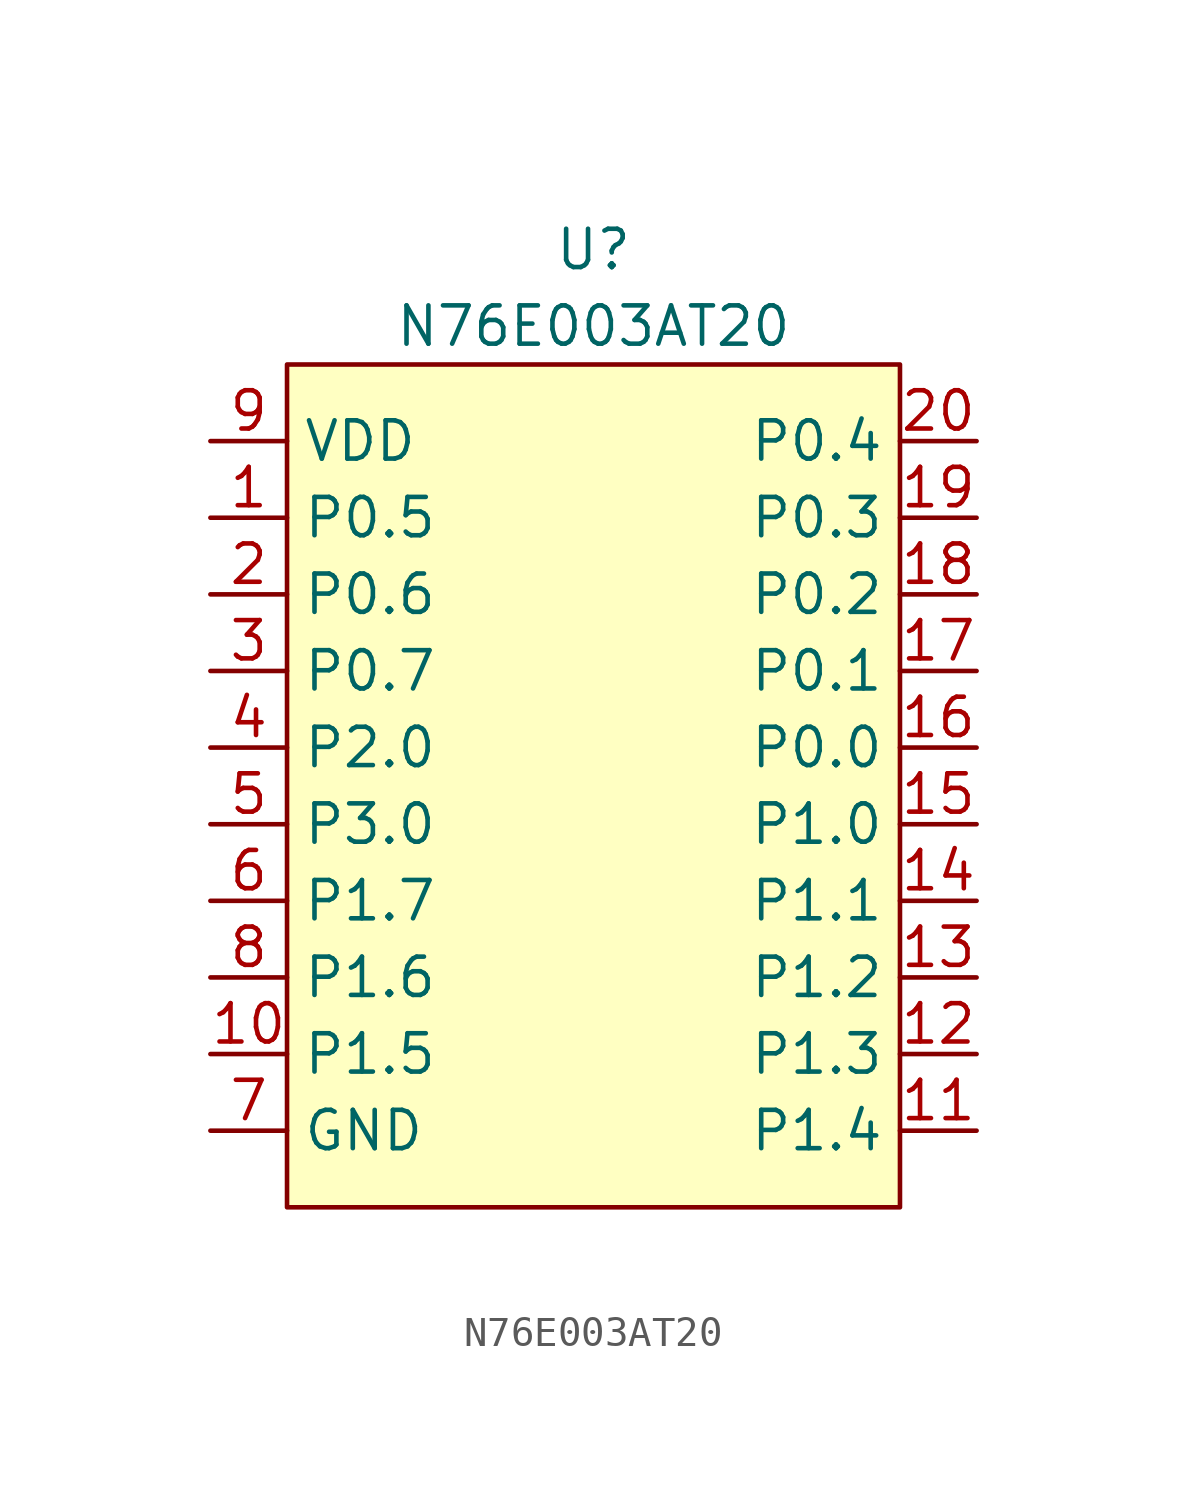
<source format=kicad_sym>
(kicad_symbol_lib
  (version 20211014)
  (generator kicad_symbol_editor)
  (symbol "N76E003AT20"
    (property "Reference" "U"
      (at 0 17.78 0)
      (effects (font (size 1.27 1.27))))
    (property "Value" "N76E003AT20"
      (at 0 15.24 0)
      (effects (font (size 1.27 1.27))))
    (symbol "N76E003AT20_0_1"
      (rectangle (start -10.16 13.97) (end 10.16 -13.97) (stroke (width 0) (type default) (color 0 0 0 0)) (fill (type background))))
    (symbol "N76E003AT20_1_1"
      (pin bidirectional line (at -12.7 8.89 0) (length 2.54) (name "P0.5" (effects (font (size 1.27 1.27)))) (number "1" (effects (font (size 1.27 1.27)))))
      (pin bidirectional line (at -12.7 -8.89 0) (length 2.54) (name "P1.5" (effects (font (size 1.27 1.27)))) (number "10" (effects (font (size 1.27 1.27)))))
      (pin bidirectional line (at 12.7 -11.43 180) (length 2.54) (name "P1.4" (effects (font (size 1.27 1.27)))) (number "11" (effects (font (size 1.27 1.27)))))
      (pin bidirectional line (at 12.7 -8.89 180) (length 2.54) (name "P1.3" (effects (font (size 1.27 1.27)))) (number "12" (effects (font (size 1.27 1.27)))))
      (pin bidirectional line (at 12.7 -6.35 180) (length 2.54) (name "P1.2" (effects (font (size 1.27 1.27)))) (number "13" (effects (font (size 1.27 1.27)))))
      (pin bidirectional line (at 12.7 -3.81 180) (length 2.54) (name "P1.1" (effects (font (size 1.27 1.27)))) (number "14" (effects (font (size 1.27 1.27)))))
      (pin bidirectional line (at 12.7 -1.27 180) (length 2.54) (name "P1.0" (effects (font (size 1.27 1.27)))) (number "15" (effects (font (size 1.27 1.27)))))
      (pin bidirectional line (at 12.7 1.27 180) (length 2.54) (name "P0.0" (effects (font (size 1.27 1.27)))) (number "16" (effects (font (size 1.27 1.27)))))
      (pin bidirectional line (at 12.7 3.81 180) (length 2.54) (name "P0.1" (effects (font (size 1.27 1.27)))) (number "17" (effects (font (size 1.27 1.27)))))
      (pin bidirectional line (at 12.7 6.35 180) (length 2.54) (name "P0.2" (effects (font (size 1.27 1.27)))) (number "18" (effects (font (size 1.27 1.27)))))
      (pin bidirectional line (at 12.7 8.89 180) (length 2.54) (name "P0.3" (effects (font (size 1.27 1.27)))) (number "19" (effects (font (size 1.27 1.27)))))
      (pin bidirectional line (at -12.7 6.35 0) (length 2.54) (name "P0.6" (effects (font (size 1.27 1.27)))) (number "2" (effects (font (size 1.27 1.27)))))
      (pin bidirectional line (at 12.7 11.43 180) (length 2.54) (name "P0.4" (effects (font (size 1.27 1.27)))) (number "20" (effects (font (size 1.27 1.27)))))
      (pin bidirectional line (at -12.7 3.81 0) (length 2.54) (name "P0.7" (effects (font (size 1.27 1.27)))) (number "3" (effects (font (size 1.27 1.27)))))
      (pin bidirectional line (at -12.7 1.27 0) (length 2.54) (name "P2.0" (effects (font (size 1.27 1.27)))) (number "4" (effects (font (size 1.27 1.27)))))
      (pin bidirectional line (at -12.7 -1.27 0) (length 2.54) (name "P3.0" (effects (font (size 1.27 1.27)))) (number "5" (effects (font (size 1.27 1.27)))))
      (pin bidirectional line (at -12.7 -3.81 0) (length 2.54) (name "P1.7" (effects (font (size 1.27 1.27)))) (number "6" (effects (font (size 1.27 1.27)))))
      (pin power_in line (at -12.7 -11.43 0) (length 2.54) (name "GND" (effects (font (size 1.27 1.27)))) (number "7" (effects (font (size 1.27 1.27)))))
      (pin bidirectional line (at -12.7 -6.35 0) (length 2.54) (name "P1.6" (effects (font (size 1.27 1.27)))) (number "8" (effects (font (size 1.27 1.27)))))
      (pin power_in line (at -12.7 11.43 0) (length 2.54) (name "VDD" (effects (font (size 1.27 1.27)))) (number "9" (effects (font (size 1.27 1.27))))))))
</source>
